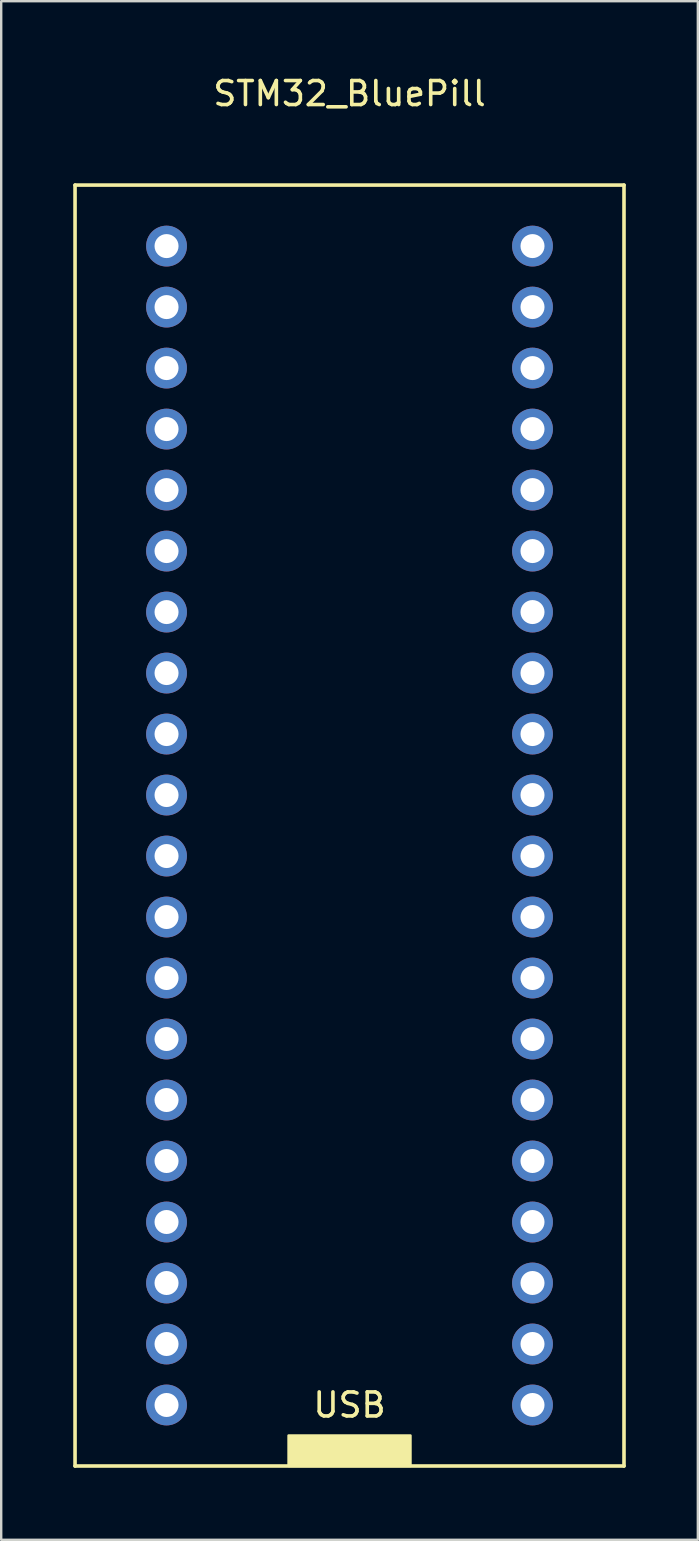
<source format=kicad_pcb>
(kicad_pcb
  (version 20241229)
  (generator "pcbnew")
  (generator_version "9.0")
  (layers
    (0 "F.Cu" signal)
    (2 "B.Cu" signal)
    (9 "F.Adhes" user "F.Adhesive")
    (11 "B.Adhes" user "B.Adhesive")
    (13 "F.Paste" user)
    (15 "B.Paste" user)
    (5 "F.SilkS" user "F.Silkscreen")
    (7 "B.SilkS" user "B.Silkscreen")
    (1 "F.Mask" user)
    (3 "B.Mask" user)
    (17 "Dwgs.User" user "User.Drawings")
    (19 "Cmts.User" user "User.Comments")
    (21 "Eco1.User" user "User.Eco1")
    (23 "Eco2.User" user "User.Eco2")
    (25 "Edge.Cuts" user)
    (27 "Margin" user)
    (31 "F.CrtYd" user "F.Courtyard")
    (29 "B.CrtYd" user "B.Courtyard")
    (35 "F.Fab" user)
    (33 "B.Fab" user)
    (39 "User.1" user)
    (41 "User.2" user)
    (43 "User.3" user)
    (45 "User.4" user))
  (footprint "STM32_BluePill"
    (layer "F.Cu")
    (at 11.505 31.328)
    (property "Reference" "STM32_BluePill" (at 0 -30.48 0) (layer "F.SilkS") (effects (font (size 1 1) (thickness 0.15))))
    (attr through_hole)
    (fp_line (start -11.43 -26.67) (end 11.43 -26.67) (stroke (width 0.15) (type solid)) (layer "F.SilkS"))
    (fp_line (start -11.43 26.67) (end -11.43 -26.67) (stroke (width 0.15) (type solid)) (layer "F.SilkS"))
    (fp_line (start 11.43 -26.67) (end 11.43 26.67) (stroke (width 0.15) (type solid)) (layer "F.SilkS"))
    (fp_line (start 11.43 26.67) (end -11.43 26.67) (stroke (width 0.15) (type solid)) (layer "F.SilkS"))
    (fp_poly (pts (xy 2.54 26.67) (xy -2.54 26.67) (xy -2.54 25.4) (xy 2.54 25.4)) (stroke (width 0.1) (type solid)) (fill yes) (layer "F.SilkS"))
    (fp_text user "USB" (at 0 24.13 0) (layer "F.SilkS") (effects (font (size 1 1) (thickness 0.15))))
    (pad "1" thru_hole circle (at -7.62 -24.13) (size 1.7 1.7) (drill 1) (layers "*.Cu" "*.Mask"))
    (pad "2" thru_hole circle (at -7.62 -21.59) (size 1.7 1.7) (drill 1) (layers "*.Cu" "*.Mask"))
    (pad "3" thru_hole circle (at -7.62 -19.05) (size 1.7 1.7) (drill 1) (layers "*.Cu" "*.Mask"))
    (pad "4" thru_hole circle (at -7.62 -16.51) (size 1.7 1.7) (drill 1) (layers "*.Cu" "*.Mask"))
    (pad "5" thru_hole circle (at -7.62 -13.97) (size 1.7 1.7) (drill 1) (layers "*.Cu" "*.Mask"))
    (pad "6" thru_hole circle (at -7.62 -11.43) (size 1.7 1.7) (drill 1) (layers "*.Cu" "*.Mask"))
    (pad "7" thru_hole circle (at -7.62 -8.89) (size 1.7 1.7) (drill 1) (layers "*.Cu" "*.Mask"))
    (pad "8" thru_hole circle (at -7.62 -6.35) (size 1.7 1.7) (drill 1) (layers "*.Cu" "*.Mask"))
    (pad "9" thru_hole circle (at -7.62 -3.81) (size 1.7 1.7) (drill 1) (layers "*.Cu" "*.Mask"))
    (pad "10" thru_hole circle (at -7.62 -1.27) (size 1.7 1.7) (drill 1) (layers "*.Cu" "*.Mask"))
    (pad "11" thru_hole circle (at -7.62 1.27) (size 1.7 1.7) (drill 1) (layers "*.Cu" "*.Mask"))
    (pad "12" thru_hole circle (at -7.62 3.81) (size 1.7 1.7) (drill 1) (layers "*.Cu" "*.Mask"))
    (pad "13" thru_hole circle (at -7.62 6.35) (size 1.7 1.7) (drill 1) (layers "*.Cu" "*.Mask"))
    (pad "14" thru_hole circle (at -7.62 8.89) (size 1.7 1.7) (drill 1) (layers "*.Cu" "*.Mask"))
    (pad "15" thru_hole circle (at -7.62 11.43) (size 1.7 1.7) (drill 1) (layers "*.Cu" "*.Mask"))
    (pad "16" thru_hole circle (at -7.62 13.97) (size 1.7 1.7) (drill 1) (layers "*.Cu" "*.Mask"))
    (pad "17" thru_hole circle (at -7.62 16.51) (size 1.7 1.7) (drill 1) (layers "*.Cu" "*.Mask"))
    (pad "18" thru_hole circle (at -7.62 19.05) (size 1.7 1.7) (drill 1) (layers "*.Cu" "*.Mask"))
    (pad "19" thru_hole circle (at -7.62 21.59) (size 1.7 1.7) (drill 1) (layers "*.Cu" "*.Mask"))
    (pad "20" thru_hole circle (at -7.62 24.13) (size 1.7 1.7) (drill 1) (layers "*.Cu" "*.Mask"))
    (pad "21" thru_hole circle (at 7.62 24.13) (size 1.7 1.7) (drill 1) (layers "*.Cu" "*.Mask"))
    (pad "22" thru_hole circle (at 7.62 21.59) (size 1.7 1.7) (drill 1) (layers "*.Cu" "*.Mask"))
    (pad "23" thru_hole circle (at 7.62 19.05) (size 1.7 1.7) (drill 1) (layers "*.Cu" "*.Mask"))
    (pad "24" thru_hole circle (at 7.62 16.51) (size 1.7 1.7) (drill 1) (layers "*.Cu" "*.Mask"))
    (pad "25" thru_hole circle (at 7.62 13.97) (size 1.7 1.7) (drill 1) (layers "*.Cu" "*.Mask"))
    (pad "26" thru_hole circle (at 7.62 11.43) (size 1.7 1.7) (drill 1) (layers "*.Cu" "*.Mask"))
    (pad "27" thru_hole circle (at 7.62 8.89) (size 1.7 1.7) (drill 1) (layers "*.Cu" "*.Mask"))
    (pad "28" thru_hole circle (at 7.62 6.35) (size 1.7 1.7) (drill 1) (layers "*.Cu" "*.Mask"))
    (pad "29" thru_hole circle (at 7.62 3.81) (size 1.7 1.7) (drill 1) (layers "*.Cu" "*.Mask"))
    (pad "30" thru_hole circle (at 7.62 1.27) (size 1.7 1.7) (drill 1) (layers "*.Cu" "*.Mask"))
    (pad "31" thru_hole circle (at 7.62 -1.27) (size 1.7 1.7) (drill 1) (layers "*.Cu" "*.Mask"))
    (pad "32" thru_hole circle (at 7.62 -3.81) (size 1.7 1.7) (drill 1) (layers "*.Cu" "*.Mask"))
    (pad "33" thru_hole circle (at 7.62 -6.35) (size 1.7 1.7) (drill 1) (layers "*.Cu" "*.Mask"))
    (pad "34" thru_hole circle (at 7.62 -8.89) (size 1.7 1.7) (drill 1) (layers "*.Cu" "*.Mask"))
    (pad "35" thru_hole circle (at 7.62 -11.43) (size 1.7 1.7) (drill 1) (layers "*.Cu" "*.Mask"))
    (pad "36" thru_hole circle (at 7.62 -13.97) (size 1.7 1.7) (drill 1) (layers "*.Cu" "*.Mask"))
    (pad "37" thru_hole circle (at 7.62 -16.51) (size 1.7 1.7) (drill 1) (layers "*.Cu" "*.Mask"))
    (pad "38" thru_hole circle (at 7.62 -19.05) (size 1.7 1.7) (drill 1) (layers "*.Cu" "*.Mask"))
    (pad "39" thru_hole circle (at 7.62 -21.59) (size 1.7 1.7) (drill 1) (layers "*.Cu" "*.Mask"))
    (pad "40" thru_hole circle (at 7.62 -24.13) (size 1.7 1.7) (drill 1) (layers "*.Cu" "*.Mask")))
  (gr_rect
    (start -3 -3)
    (end 26.01 61.073)
    (stroke (width 0.1) (type default))
    (fill no)
    (layer "Edge.Cuts")))
</source>
